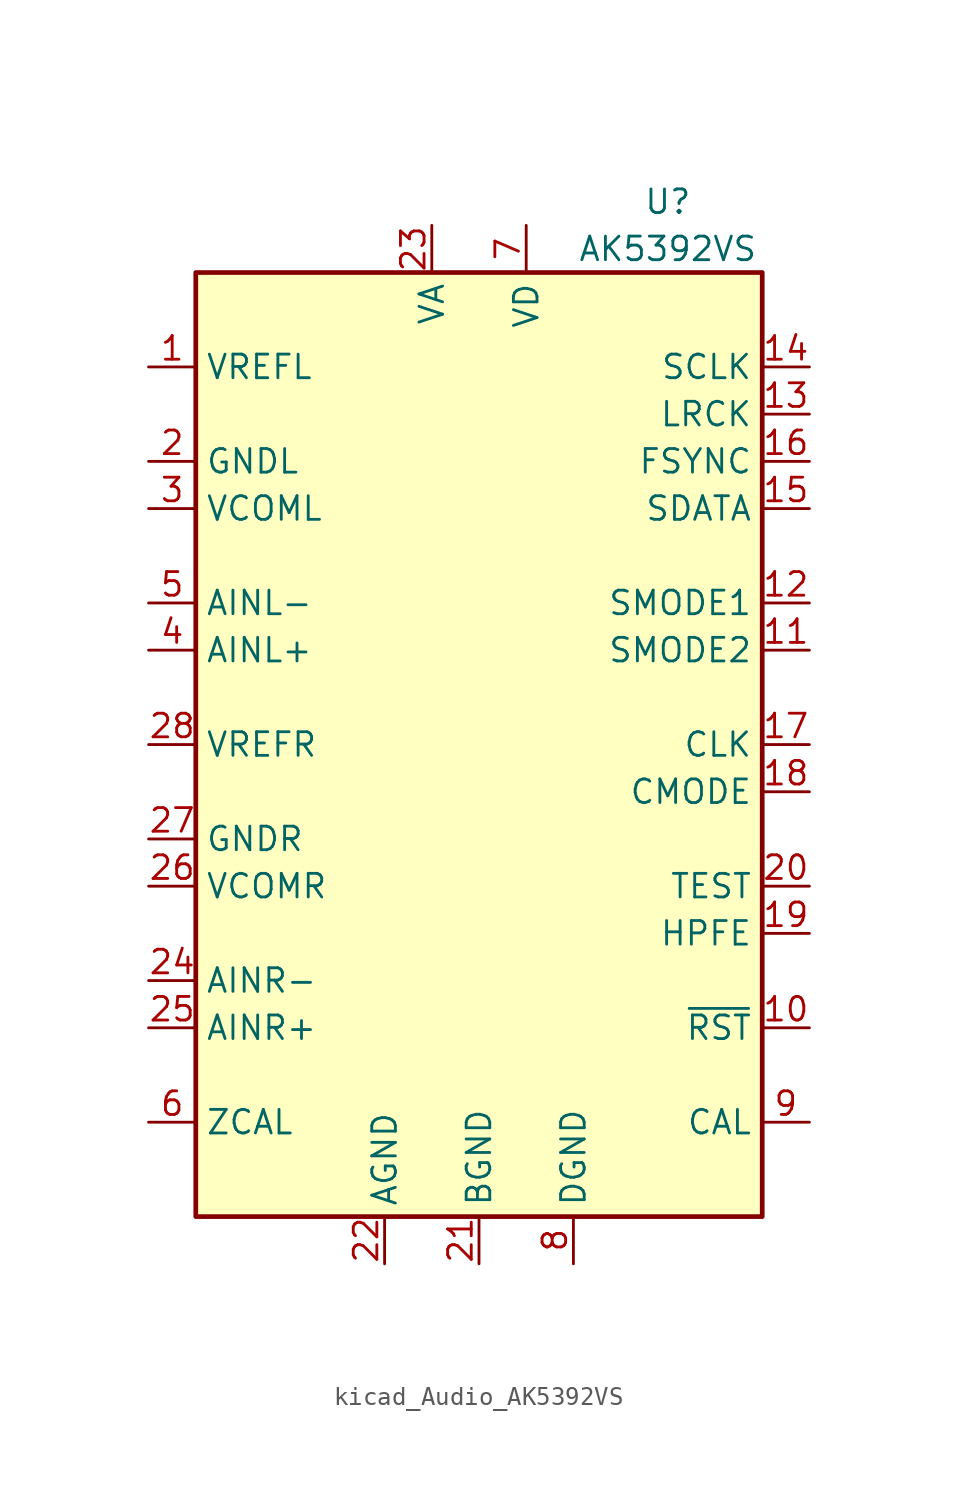
<source format=kicad_sym>
(kicad_symbol_lib
  (version 20220914)
  (generator kicad_symbol_editor)
  (symbol "kicad_Audio_AK5392VS"
    (property "Reference" "U"
      (at 10.16 29.21 0)
      (effects (font (size 1.27 1.27))))
    (property "Value" "AK5392VS"
      (at 10.16 26.67 0)
      (effects (font (size 1.27 1.27))))
    (symbol "kicad_Audio_AK5392VS_0_1"
      (rectangle (start -15.24 25.4) (end 15.24 -25.4) (stroke (width 0.254) (type default)) (fill (type background))))
    (symbol "kicad_Audio_AK5392VS_1_1"
      (pin output line (at -17.78 20.32 0) (length 2.54) (name "VREFL" (effects (font (size 1.27 1.27)))) (number "1" (effects (font (size 1.27 1.27)))))
      (pin input line (at 17.78 -15.24 180) (length 2.54) (name "~{RST}" (effects (font (size 1.27 1.27)))) (number "10" (effects (font (size 1.27 1.27)))))
      (pin input line (at 17.78 5.08 180) (length 2.54) (name "SMODE2" (effects (font (size 1.27 1.27)))) (number "11" (effects (font (size 1.27 1.27)))))
      (pin input line (at 17.78 7.62 180) (length 2.54) (name "SMODE1" (effects (font (size 1.27 1.27)))) (number "12" (effects (font (size 1.27 1.27)))))
      (pin bidirectional line (at 17.78 17.78 180) (length 2.54) (name "LRCK" (effects (font (size 1.27 1.27)))) (number "13" (effects (font (size 1.27 1.27)))))
      (pin bidirectional line (at 17.78 20.32 180) (length 2.54) (name "SCLK" (effects (font (size 1.27 1.27)))) (number "14" (effects (font (size 1.27 1.27)))))
      (pin output line (at 17.78 12.7 180) (length 2.54) (name "SDATA" (effects (font (size 1.27 1.27)))) (number "15" (effects (font (size 1.27 1.27)))))
      (pin bidirectional line (at 17.78 15.24 180) (length 2.54) (name "FSYNC" (effects (font (size 1.27 1.27)))) (number "16" (effects (font (size 1.27 1.27)))))
      (pin input line (at 17.78 0 180) (length 2.54) (name "CLK" (effects (font (size 1.27 1.27)))) (number "17" (effects (font (size 1.27 1.27)))))
      (pin input line (at 17.78 -2.54 180) (length 2.54) (name "CMODE" (effects (font (size 1.27 1.27)))) (number "18" (effects (font (size 1.27 1.27)))))
      (pin input line (at 17.78 -10.16 180) (length 2.54) (name "HPFE" (effects (font (size 1.27 1.27)))) (number "19" (effects (font (size 1.27 1.27)))))
      (pin power_in line (at -17.78 15.24 0) (length 2.54) (name "GNDL" (effects (font (size 1.27 1.27)))) (number "2" (effects (font (size 1.27 1.27)))))
      (pin input line (at 17.78 -7.62 180) (length 2.54) (name "TEST" (effects (font (size 1.27 1.27)))) (number "20" (effects (font (size 1.27 1.27)))))
      (pin power_in line (at 0 -27.94 90) (length 2.54) (name "BGND" (effects (font (size 1.27 1.27)))) (number "21" (effects (font (size 1.27 1.27)))))
      (pin power_in line (at -5.08 -27.94 90) (length 2.54) (name "AGND" (effects (font (size 1.27 1.27)))) (number "22" (effects (font (size 1.27 1.27)))))
      (pin power_in line (at -2.54 27.94 270) (length 2.54) (name "VA" (effects (font (size 1.27 1.27)))) (number "23" (effects (font (size 1.27 1.27)))))
      (pin input line (at -17.78 -12.7 0) (length 2.54) (name "AINR-" (effects (font (size 1.27 1.27)))) (number "24" (effects (font (size 1.27 1.27)))))
      (pin input line (at -17.78 -15.24 0) (length 2.54) (name "AINR+" (effects (font (size 1.27 1.27)))) (number "25" (effects (font (size 1.27 1.27)))))
      (pin output line (at -17.78 -7.62 0) (length 2.54) (name "VCOMR" (effects (font (size 1.27 1.27)))) (number "26" (effects (font (size 1.27 1.27)))))
      (pin output line (at -17.78 -5.08 0) (length 2.54) (name "GNDR" (effects (font (size 1.27 1.27)))) (number "27" (effects (font (size 1.27 1.27)))))
      (pin output line (at -17.78 0 0) (length 2.54) (name "VREFR" (effects (font (size 1.27 1.27)))) (number "28" (effects (font (size 1.27 1.27)))))
      (pin output line (at -17.78 12.7 0) (length 2.54) (name "VCOML" (effects (font (size 1.27 1.27)))) (number "3" (effects (font (size 1.27 1.27)))))
      (pin input line (at -17.78 5.08 0) (length 2.54) (name "AINL+" (effects (font (size 1.27 1.27)))) (number "4" (effects (font (size 1.27 1.27)))))
      (pin input line (at -17.78 7.62 0) (length 2.54) (name "AINL-" (effects (font (size 1.27 1.27)))) (number "5" (effects (font (size 1.27 1.27)))))
      (pin input line (at -17.78 -20.32 0) (length 2.54) (name "ZCAL" (effects (font (size 1.27 1.27)))) (number "6" (effects (font (size 1.27 1.27)))))
      (pin power_in line (at 2.54 27.94 270) (length 2.54) (name "VD" (effects (font (size 1.27 1.27)))) (number "7" (effects (font (size 1.27 1.27)))))
      (pin power_in line (at 5.08 -27.94 90) (length 2.54) (name "DGND" (effects (font (size 1.27 1.27)))) (number "8" (effects (font (size 1.27 1.27)))))
      (pin output line (at 17.78 -20.32 180) (length 2.54) (name "CAL" (effects (font (size 1.27 1.27)))) (number "9" (effects (font (size 1.27 1.27))))))))
</source>
